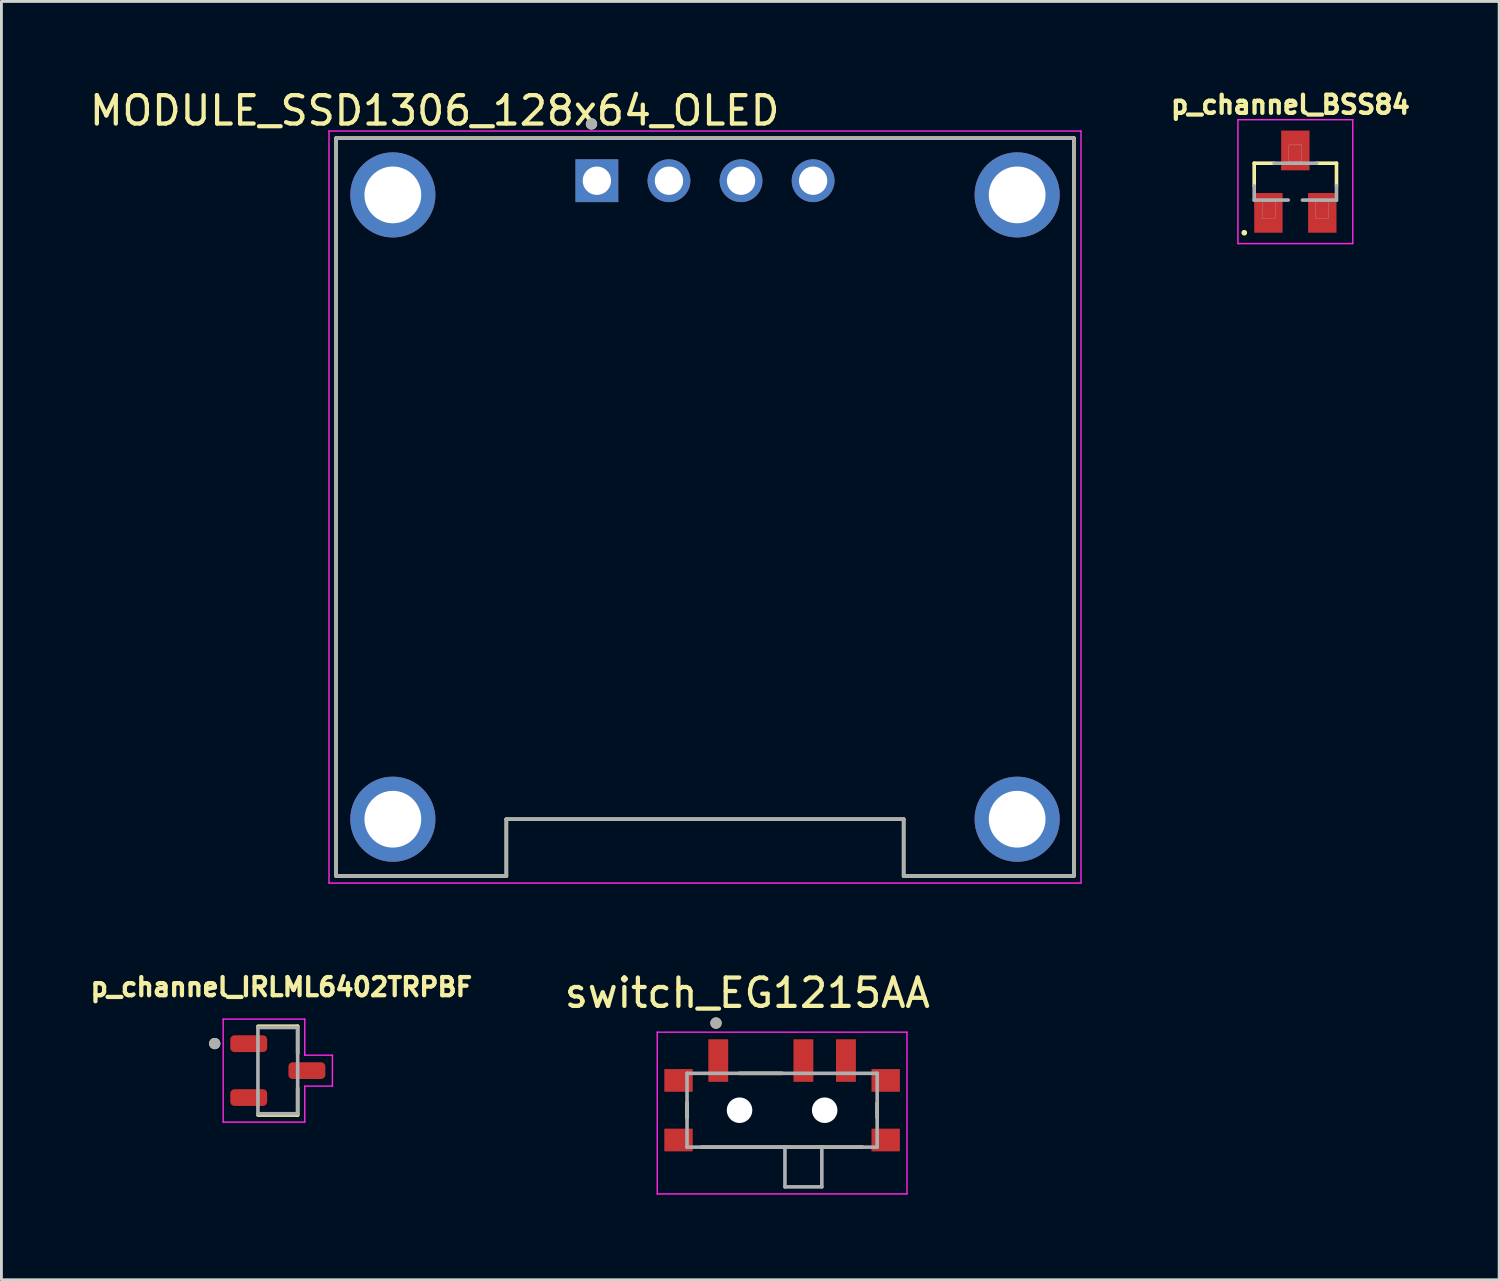
<source format=kicad_pcb>
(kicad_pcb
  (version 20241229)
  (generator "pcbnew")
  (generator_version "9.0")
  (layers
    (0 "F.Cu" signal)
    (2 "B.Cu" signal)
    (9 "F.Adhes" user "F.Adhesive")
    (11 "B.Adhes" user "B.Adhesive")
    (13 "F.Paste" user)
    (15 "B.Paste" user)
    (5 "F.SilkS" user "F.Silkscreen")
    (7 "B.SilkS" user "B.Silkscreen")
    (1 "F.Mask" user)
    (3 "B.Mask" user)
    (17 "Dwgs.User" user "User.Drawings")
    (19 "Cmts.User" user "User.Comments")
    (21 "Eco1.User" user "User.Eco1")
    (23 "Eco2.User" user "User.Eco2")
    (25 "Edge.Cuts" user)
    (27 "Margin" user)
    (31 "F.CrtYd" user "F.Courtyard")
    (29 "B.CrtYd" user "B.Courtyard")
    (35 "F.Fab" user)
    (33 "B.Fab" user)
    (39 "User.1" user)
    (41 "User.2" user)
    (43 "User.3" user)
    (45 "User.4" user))
  (footprint "p_channel_IRLML6402TRPBF"
    (layer "F.Cu")
    (at 6.739 34.677)
    (property "Reference" "p_channel_IRLML6402TRPBF" (at 0.127 -2.946 0) (layer "F.SilkS") (effects (font (size 0.64 0.64) (thickness 0.15))))
    (attr smd)
    (fp_line (start -0.7 1.565) (end 0.7 1.565) (stroke (width 0.127) (type solid)) (layer "F.SilkS"))
    (fp_line (start 0.7 -1.565) (end -0.7 -1.565) (stroke (width 0.127) (type solid)) (layer "F.SilkS"))
    (fp_line (start 0.7 -1.565) (end 0.7 -0.615) (stroke (width 0.127) (type solid)) (layer "F.SilkS"))
    (fp_line (start 0.7 1.565) (end 0.7 0.615) (stroke (width 0.127) (type solid)) (layer "F.SilkS"))
    (fp_circle (center -2.223 -0.953) (end -2.123 -0.953) (stroke (width 0.2) (type solid)) (fill no) (layer "F.SilkS"))
    (fp_line (start -1.925 -1.815) (end 0.95 -1.815) (stroke (width 0.05) (type solid)) (layer "F.CrtYd"))
    (fp_line (start -1.925 1.815) (end -1.925 -1.815) (stroke (width 0.05) (type solid)) (layer "F.CrtYd"))
    (fp_line (start 0.95 -1.815) (end 0.95 -0.545) (stroke (width 0.05) (type solid)) (layer "F.CrtYd"))
    (fp_line (start 0.95 -0.545) (end 1.925 -0.545) (stroke (width 0.05) (type solid)) (layer "F.CrtYd"))
    (fp_line (start 0.95 0.545) (end 1.925 0.545) (stroke (width 0.05) (type solid)) (layer "F.CrtYd"))
    (fp_line (start 0.95 1.815) (end -1.925 1.815) (stroke (width 0.05) (type solid)) (layer "F.CrtYd"))
    (fp_line (start 0.95 1.815) (end 0.95 0.545) (stroke (width 0.05) (type solid)) (layer "F.CrtYd"))
    (fp_line (start 1.925 0.545) (end 1.925 -0.545) (stroke (width 0.05) (type solid)) (layer "F.CrtYd"))
    (fp_line (start -0.7 -1.52) (end -0.7 1.52) (stroke (width 0.127) (type solid)) (layer "F.Fab"))
    (fp_line (start -0.7 1.52) (end 0.7 1.52) (stroke (width 0.127) (type solid)) (layer "F.Fab"))
    (fp_line (start 0.7 -1.52) (end -0.7 -1.52) (stroke (width 0.127) (type solid)) (layer "F.Fab"))
    (fp_line (start 0.7 1.52) (end 0.7 -1.52) (stroke (width 0.127) (type solid)) (layer "F.Fab"))
    (fp_circle (center -2.223 -0.953) (end -2.123 -0.953) (stroke (width 0.2) (type solid)) (fill no) (layer "F.Fab"))
    (pad "1" smd roundrect (at -1.025 -0.95) (size 1.3 0.59) (layers "F.Cu" "F.Mask" "F.Paste") (roundrect_rratio 0.25))
    (pad "2" smd roundrect (at -1.025 0.95) (size 1.3 0.59) (layers "F.Cu" "F.Mask" "F.Paste") (roundrect_rratio 0.25))
    (pad "3" smd roundrect (at 1.025 0) (size 1.3 0.59) (layers "F.Cu" "F.Mask" "F.Paste") (roundrect_rratio 0.25)))
  (footprint "p_channel_BSS84"
    (layer "F.Cu")
    (at 42.596 3.351)
    (property "Reference" "p_channel_BSS84" (at -0.173 -2.713 0) (layer "F.SilkS") (effects (font (size 0.64 0.64) (thickness 0.15))))
    (attr smd)
    (fp_line (start -1.45 -0.65) (end -1.45 0.15) (stroke (width 0.127) (type solid)) (layer "F.SilkS"))
    (fp_line (start -1.45 -0.65) (end -0.75 -0.65) (stroke (width 0.127) (type solid)) (layer "F.SilkS"))
    (fp_line (start 1.45 -0.65) (end 0.75 -0.65) (stroke (width 0.127) (type solid)) (layer "F.SilkS"))
    (fp_line (start 1.45 -0.65) (end 1.45 0.15) (stroke (width 0.127) (type solid)) (layer "F.SilkS"))
    (fp_circle (center -1.8 1.8) (end -1.7 1.8) (stroke (width 0) (type solid)) (fill yes) (layer "F.SilkS"))
    (fp_line (start -2.023 -2.183) (end 2.023 -2.183) (stroke (width 0.051) (type solid)) (layer "F.CrtYd"))
    (fp_line (start -2.023 2.183) (end -2.023 -2.183) (stroke (width 0.051) (type solid)) (layer "F.CrtYd"))
    (fp_line (start 2.023 -2.183) (end 2.023 2.183) (stroke (width 0.051) (type solid)) (layer "F.CrtYd"))
    (fp_line (start 2.023 2.183) (end -2.023 2.183) (stroke (width 0.051) (type solid)) (layer "F.CrtYd"))
    (fp_line (start -1.45 0.15) (end -1.45 0.65) (stroke (width 0.127) (type solid)) (layer "F.Fab"))
    (fp_line (start -1.45 0.65) (end -0.25 0.65) (stroke (width 0.127) (type solid)) (layer "F.Fab"))
    (fp_line (start -0.75 -0.65) (end 0.75 -0.65) (stroke (width 0.127) (type solid)) (layer "F.Fab"))
    (fp_line (start 0.25 0.65) (end 1.45 0.65) (stroke (width 0.127) (type solid)) (layer "F.Fab"))
    (fp_line (start 1.45 0.65) (end 1.45 0.15) (stroke (width 0.127) (type solid)) (layer "F.Fab"))
    (fp_poly (pts (xy -1.17 0.711) (xy -0.711 0.711) (xy -0.711 1.297) (xy -1.17 1.297)) (stroke (width 0.01) (type solid)) (fill no) (layer "F.Fab"))
    (fp_poly (pts (xy -0.229 -1.295) (xy 0.229 -1.295) (xy 0.229 -0.711) (xy -0.229 -0.711)) (stroke (width 0.01) (type solid)) (fill no) (layer "F.Fab"))
    (fp_poly (pts (xy 0.713 0.711) (xy 1.168 0.711) (xy 1.168 1.298) (xy 0.713 1.298)) (stroke (width 0.01) (type solid)) (fill no) (layer "F.Fab"))
    (pad "1" smd rect (at -0.95 1.1) (size 1 1.4) (layers "F.Cu" "F.Mask" "F.Paste"))
    (pad "2" smd rect (at 0.95 1.1) (size 1 1.4) (layers "F.Cu" "F.Mask" "F.Paste"))
    (pad "3" smd rect (at 0 -1.1) (size 1 1.4) (layers "F.Cu" "F.Mask" "F.Paste")))
  (footprint "MODULE_SSD1306_128x64_OLED"
    (layer "F.Cu")
    (at 21.793 14.818)
    (property "Reference" "MODULE_SSD1306_128x64_OLED" (at -9.525 -13.97 0) (layer "F.SilkS") (effects (font (size 1 1) (thickness 0.15))))
    (attr through_hole)
    (fp_line (start -13 -13) (end 13 -13) (stroke (width 0.127) (type solid)) (layer "F.SilkS"))
    (fp_line (start -13 13) (end -13 -13) (stroke (width 0.127) (type solid)) (layer "F.SilkS"))
    (fp_line (start -7 11) (end -7 13) (stroke (width 0.127) (type solid)) (layer "F.SilkS"))
    (fp_line (start -7 13) (end -13 13) (stroke (width 0.127) (type solid)) (layer "F.SilkS"))
    (fp_line (start 7 11) (end -7 11) (stroke (width 0.127) (type solid)) (layer "F.SilkS"))
    (fp_line (start 7 13) (end 7 11) (stroke (width 0.127) (type solid)) (layer "F.SilkS"))
    (fp_line (start 13 -13) (end 13 13) (stroke (width 0.127) (type solid)) (layer "F.SilkS"))
    (fp_line (start 13 13) (end 7 13) (stroke (width 0.127) (type solid)) (layer "F.SilkS"))
    (fp_circle (center -4 -13.5) (end -3.9 -13.5) (stroke (width 0.2) (type solid)) (fill no) (layer "F.SilkS"))
    (fp_line (start -13.25 -13.25) (end 13.25 -13.25) (stroke (width 0.05) (type solid)) (layer "F.CrtYd"))
    (fp_line (start -13.25 13.25) (end -13.25 -13.25) (stroke (width 0.05) (type solid)) (layer "F.CrtYd"))
    (fp_line (start 13.25 -13.25) (end 13.25 13.25) (stroke (width 0.05) (type solid)) (layer "F.CrtYd"))
    (fp_line (start 13.25 13.25) (end -13.25 13.25) (stroke (width 0.05) (type solid)) (layer "F.CrtYd"))
    (fp_line (start -13 -13) (end 13 -13) (stroke (width 0.127) (type solid)) (layer "F.Fab"))
    (fp_line (start -13 13) (end -13 -13) (stroke (width 0.127) (type solid)) (layer "F.Fab"))
    (fp_line (start -7 11) (end 7 11) (stroke (width 0.127) (type solid)) (layer "F.Fab"))
    (fp_line (start -7 13) (end -13 13) (stroke (width 0.127) (type solid)) (layer "F.Fab"))
    (fp_line (start -7 13) (end -7 11) (stroke (width 0.127) (type solid)) (layer "F.Fab"))
    (fp_line (start 7 11) (end 7 13) (stroke (width 0.127) (type solid)) (layer "F.Fab"))
    (fp_line (start 13 -13) (end 13 13) (stroke (width 0.127) (type solid)) (layer "F.Fab"))
    (fp_line (start 13 13) (end 7 13) (stroke (width 0.127) (type solid)) (layer "F.Fab"))
    (fp_circle (center -4 -13.5) (end -3.9 -13.5) (stroke (width 0.2) (type solid)) (fill no) (layer "F.Fab"))
    (pad "1" thru_hole rect (at -3.81 -11.5) (size 1.508 1.508) (drill 1) (layers "*.Cu" "*.Mask"))
    (pad "2" thru_hole circle (at -1.27 -11.5) (size 1.508 1.508) (drill 1) (layers "*.Cu" "*.Mask"))
    (pad "3" thru_hole circle (at 1.27 -11.5) (size 1.508 1.508) (drill 1) (layers "*.Cu" "*.Mask"))
    (pad "4" thru_hole circle (at 3.81 -11.5) (size 1.508 1.508) (drill 1) (layers "*.Cu" "*.Mask"))
    (pad "S1" thru_hole circle (at -11 -11) (size 3 3) (drill 2) (layers "*.Cu" "*.Mask"))
    (pad "S2" thru_hole circle (at 11 -11) (size 3 3) (drill 2) (layers "*.Cu" "*.Mask"))
    (pad "S3" thru_hole circle (at 11 11) (size 3 3) (drill 2) (layers "*.Cu" "*.Mask"))
    (pad "S4" thru_hole circle (at -11 11) (size 3 3) (drill 2) (layers "*.Cu" "*.Mask")))
  (footprint "switch_EG1215AA"
    (layer "F.Cu")
    (at 24.51 36.072)
    (property "Reference" "switch_EG1215AA" (at -1.225 -4.131 0) (layer "F.SilkS") (effects (font (size 1 1) (thickness 0.15))))
    (attr smd)
    (fp_line (start -3.35 -0.254) (end -3.35 0.254) (stroke (width 0.127) (type solid)) (layer "F.SilkS"))
    (fp_line (start -2.83 1.3) (end 2.83 1.3) (stroke (width 0.127) (type solid)) (layer "F.SilkS"))
    (fp_line (start -1.5 -1.3) (end 0 -1.3) (stroke (width 0.127) (type solid)) (layer "F.SilkS"))
    (fp_line (start 3.35 -0.254) (end 3.35 0.254) (stroke (width 0.127) (type solid)) (layer "F.SilkS"))
    (fp_circle (center -2.329 -3.071) (end -2.229 -3.071) (stroke (width 0.2) (type solid)) (fill no) (layer "F.SilkS"))
    (fp_line (start -4.4 -2.75) (end -4.4 2.95) (stroke (width 0.05) (type solid)) (layer "F.CrtYd"))
    (fp_line (start -4.4 2.95) (end 4.4 2.95) (stroke (width 0.05) (type solid)) (layer "F.CrtYd"))
    (fp_line (start 4.4 -2.75) (end -4.4 -2.75) (stroke (width 0.05) (type solid)) (layer "F.CrtYd"))
    (fp_line (start 4.4 2.95) (end 4.4 -2.75) (stroke (width 0.05) (type solid)) (layer "F.CrtYd"))
    (fp_line (start -3.35 -1.3) (end 3.35 -1.3) (stroke (width 0.127) (type solid)) (layer "F.Fab"))
    (fp_line (start -3.35 1.3) (end -3.35 -1.3) (stroke (width 0.127) (type solid)) (layer "F.Fab"))
    (fp_line (start 0.1 1.3) (end -3.35 1.3) (stroke (width 0.127) (type solid)) (layer "F.Fab"))
    (fp_line (start 0.1 1.3) (end 0.1 2.7) (stroke (width 0.127) (type solid)) (layer "F.Fab"))
    (fp_line (start 0.1 1.3) (end 1.4 1.3) (stroke (width 0.127) (type solid)) (layer "F.Fab"))
    (fp_line (start 0.1 2.7) (end 1.4 2.7) (stroke (width 0.127) (type solid)) (layer "F.Fab"))
    (fp_line (start 1.4 2.7) (end 1.4 1.3) (stroke (width 0.127) (type solid)) (layer "F.Fab"))
    (fp_line (start 3.35 -1.3) (end 3.35 1.3) (stroke (width 0.127) (type solid)) (layer "F.Fab"))
    (fp_line (start 3.35 1.3) (end 1.4 1.3) (stroke (width 0.127) (type solid)) (layer "F.Fab"))
    (fp_circle (center -2.329 -3.071) (end -2.229 -3.071) (stroke (width 0.2) (type solid)) (fill no) (layer "F.Fab"))
    (pad "" np_thru_hole circle (at -1.5 0) (size 0.9 0.9) (drill 0.9) (layers "*.Cu" "*.Mask"))
    (pad "" np_thru_hole circle (at 1.5 0) (size 0.9 0.9) (drill 0.9) (layers "*.Cu" "*.Mask"))
    (pad "1" smd rect (at -2.25 -1.75) (size 0.7 1.5) (layers "F.Cu" "F.Mask" "F.Paste"))
    (pad "2" smd rect (at 0.75 -1.75) (size 0.7 1.5) (layers "F.Cu" "F.Mask" "F.Paste"))
    (pad "3" smd rect (at 2.25 -1.75) (size 0.7 1.5) (layers "F.Cu" "F.Mask" "F.Paste"))
    (pad "S1" smd rect (at -3.65 -1.05) (size 1 0.8) (layers "F.Cu" "F.Mask" "F.Paste"))
    (pad "S2" smd rect (at -3.65 1.05) (size 1 0.8) (layers "F.Cu" "F.Mask" "F.Paste"))
    (pad "S3" smd rect (at 3.65 1.05) (size 1 0.8) (layers "F.Cu" "F.Mask" "F.Paste"))
    (pad "S4" smd rect (at 3.65 -1.05) (size 1 0.8) (layers "F.Cu" "F.Mask" "F.Paste")))
  (gr_rect
    (start -3 -3)
    (end 49.777 42.047)
    (stroke (width 0.1) (type default))
    (fill no)
    (layer "Edge.Cuts")))
</source>
